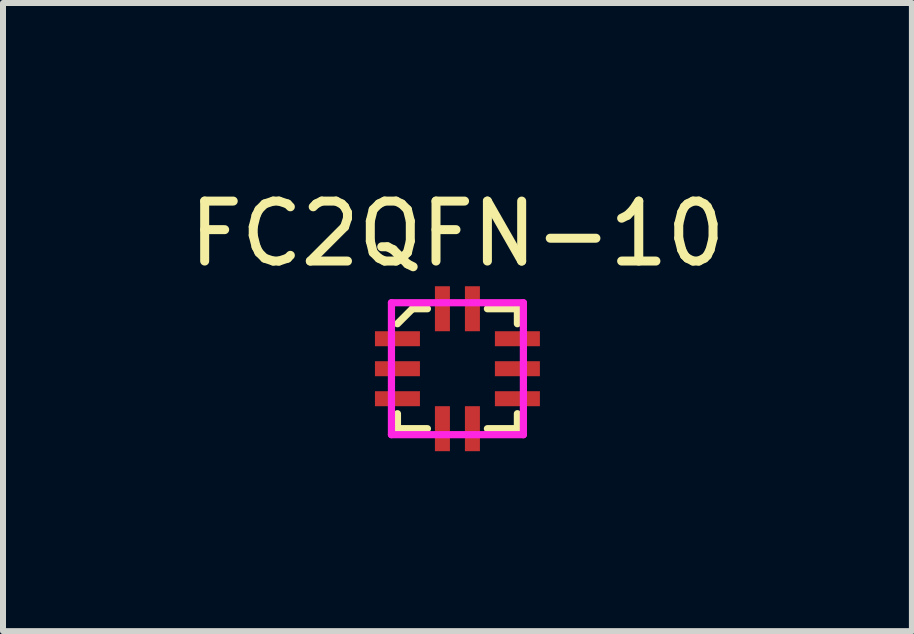
<source format=kicad_pcb>
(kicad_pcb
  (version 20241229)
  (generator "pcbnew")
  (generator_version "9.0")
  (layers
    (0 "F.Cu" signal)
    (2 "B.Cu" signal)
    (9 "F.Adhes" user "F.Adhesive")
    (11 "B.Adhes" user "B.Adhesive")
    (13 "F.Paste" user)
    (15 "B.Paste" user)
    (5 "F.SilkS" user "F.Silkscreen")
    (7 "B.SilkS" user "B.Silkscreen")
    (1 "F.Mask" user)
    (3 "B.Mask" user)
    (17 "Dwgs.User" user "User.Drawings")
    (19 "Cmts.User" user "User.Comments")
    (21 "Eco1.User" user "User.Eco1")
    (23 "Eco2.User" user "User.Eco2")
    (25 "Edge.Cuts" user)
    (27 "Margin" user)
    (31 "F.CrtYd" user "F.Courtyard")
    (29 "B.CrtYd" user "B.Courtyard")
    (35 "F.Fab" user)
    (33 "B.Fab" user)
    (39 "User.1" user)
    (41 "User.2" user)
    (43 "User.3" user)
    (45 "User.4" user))
  (footprint "FC2QFN-10"
    (layer "F.Cu")
    (at 4.577 3.098)
    (property "Reference" "FC2QFN-10" (at 0 -2.25 0) (layer "F.SilkS") (effects (font (size 1 1) (thickness 0.15))))
    (attr through_hole)
    (fp_line (start -1 0.75) (end -1 1) (stroke (width 0.12) (type solid)) (layer "F.SilkS"))
    (fp_line (start -1 1) (end -0.5 1) (stroke (width 0.12) (type solid)) (layer "F.SilkS"))
    (fp_line (start -0.75 -1) (end -1 -0.75) (stroke (width 0.12) (type solid)) (layer "F.SilkS"))
    (fp_line (start -0.5 -1) (end -0.75 -1) (stroke (width 0.12) (type solid)) (layer "F.SilkS"))
    (fp_line (start 0.5 -1) (end 1 -1) (stroke (width 0.12) (type solid)) (layer "F.SilkS"))
    (fp_line (start 1 -1) (end 1 -0.75) (stroke (width 0.12) (type solid)) (layer "F.SilkS"))
    (fp_line (start 1 0.75) (end 1 1) (stroke (width 0.12) (type solid)) (layer "F.SilkS"))
    (fp_line (start 1 1) (end 0.5 1) (stroke (width 0.12) (type solid)) (layer "F.SilkS"))
    (fp_line (start -1.1 -1.1) (end 1.1 -1.1) (stroke (width 0.12) (type solid)) (layer "F.CrtYd"))
    (fp_line (start -1.1 1.1) (end -1.1 -1.1) (stroke (width 0.12) (type solid)) (layer "F.CrtYd"))
    (fp_line (start 1.1 -1.1) (end 1.1 1.1) (stroke (width 0.12) (type solid)) (layer "F.CrtYd"))
    (fp_line (start 1.1 1.1) (end -1.1 1.1) (stroke (width 0.12) (type solid)) (layer "F.CrtYd"))
    (pad "1" smd rect (at -1 -0.5) (size 0.75 0.25) (layers "F.Cu" "F.Mask" "F.Paste"))
    (pad "2" smd rect (at -1 0) (size 0.75 0.25) (layers "F.Cu" "F.Mask" "F.Paste"))
    (pad "3" smd rect (at -1 0.5) (size 0.75 0.25) (layers "F.Cu" "F.Mask" "F.Paste"))
    (pad "4" smd rect (at -0.25 1 90) (size 0.75 0.25) (layers "F.Cu" "F.Mask" "F.Paste"))
    (pad "5" smd rect (at 0.25 1 90) (size 0.75 0.25) (layers "F.Cu" "F.Mask" "F.Paste"))
    (pad "6" smd rect (at 1 0.5 180) (size 0.75 0.25) (layers "F.Cu" "F.Mask" "F.Paste"))
    (pad "7" smd rect (at 1 0 180) (size 0.75 0.25) (layers "F.Cu" "F.Mask" "F.Paste"))
    (pad "8" smd rect (at 1 -0.5 180) (size 0.75 0.25) (layers "F.Cu" "F.Mask" "F.Paste"))
    (pad "9" smd rect (at 0.25 -1 270) (size 0.75 0.25) (layers "F.Cu" "F.Mask" "F.Paste"))
    (pad "10" smd rect (at -0.25 -1 270) (size 0.75 0.25) (layers "F.Cu" "F.Mask" "F.Paste")))
  (gr_rect
    (start -3 -3)
    (end 12.155 7.473)
    (stroke (width 0.1) (type default))
    (fill no)
    (layer "Edge.Cuts")))
</source>
